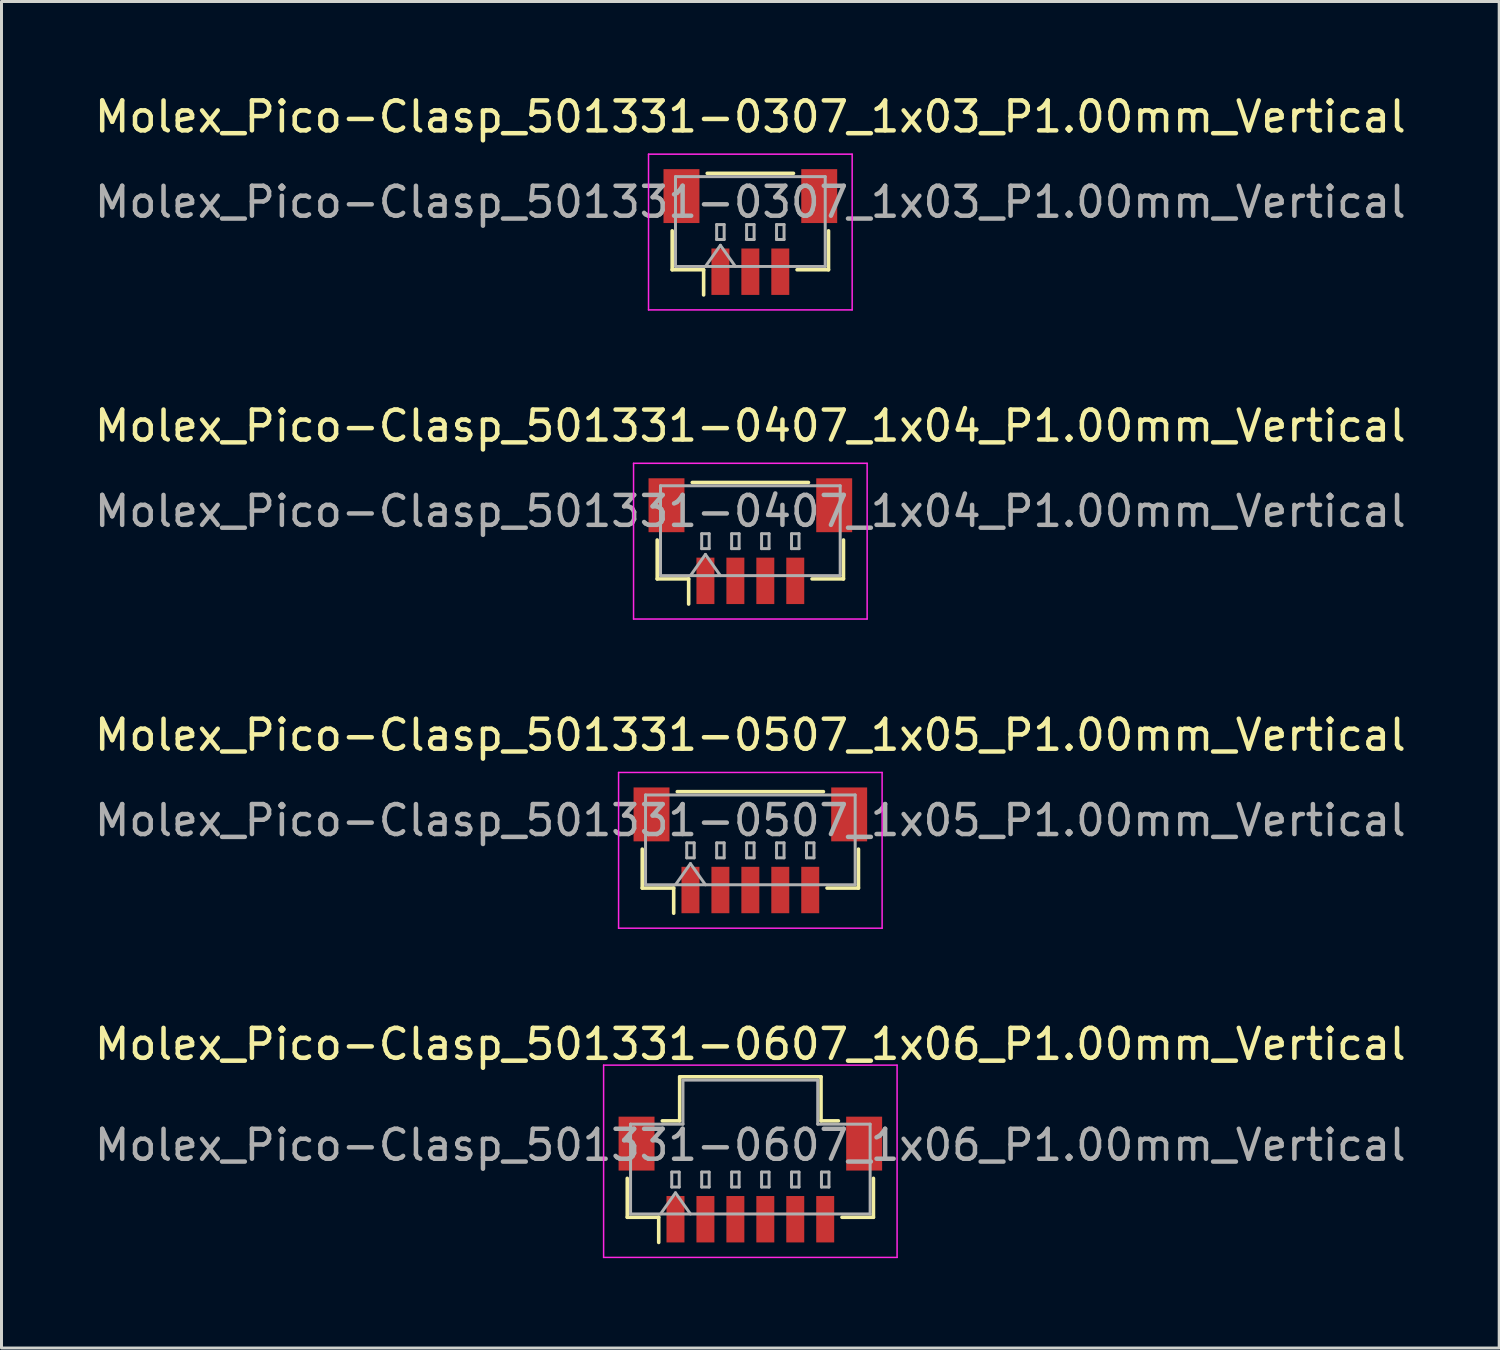
<source format=kicad_pcb>
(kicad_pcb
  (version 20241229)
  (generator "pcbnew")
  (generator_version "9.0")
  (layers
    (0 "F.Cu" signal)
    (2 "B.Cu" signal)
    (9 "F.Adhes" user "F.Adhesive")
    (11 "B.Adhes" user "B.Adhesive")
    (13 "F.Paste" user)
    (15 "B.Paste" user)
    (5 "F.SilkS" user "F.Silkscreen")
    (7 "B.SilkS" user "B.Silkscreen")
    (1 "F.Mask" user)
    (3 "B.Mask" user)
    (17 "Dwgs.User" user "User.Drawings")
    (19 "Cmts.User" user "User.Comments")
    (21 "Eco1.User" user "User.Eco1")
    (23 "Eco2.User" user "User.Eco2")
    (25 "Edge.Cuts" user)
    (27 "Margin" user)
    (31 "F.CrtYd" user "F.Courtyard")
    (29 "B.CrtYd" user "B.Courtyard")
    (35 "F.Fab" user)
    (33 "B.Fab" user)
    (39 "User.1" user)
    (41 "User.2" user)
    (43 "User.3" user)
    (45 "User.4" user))
  (footprint "Molex_Pico-Clasp_501331-0607_1x06_P1.00mm_Vertical"
    (layer "F.Cu")
    (at 22.006 36.338)
    (property "Reference" "Molex_Pico-Clasp_501331-0607_1x06_P1.00mm_Vertical" (at 0 -4.52 0) (layer "F.SilkS") (effects (font (size 1 1) (thickness 0.15))))
    (attr smd)
    (fp_line (start -4.11 -0.04) (end -4.11 1.26) (stroke (width 0.12) (type solid)) (layer "F.SilkS"))
    (fp_line (start -4.11 1.26) (end -3.06 1.26) (stroke (width 0.12) (type solid)) (layer "F.SilkS"))
    (fp_line (start -3.06 1.26) (end -3.06 2.1) (stroke (width 0.12) (type solid)) (layer "F.SilkS"))
    (fp_line (start -2.94 -1.96) (end -2.36 -1.96) (stroke (width 0.12) (type solid)) (layer "F.SilkS"))
    (fp_line (start -2.36 -3.43) (end 2.36 -3.43) (stroke (width 0.12) (type solid)) (layer "F.SilkS"))
    (fp_line (start -2.36 -1.96) (end -2.36 -3.43) (stroke (width 0.12) (type solid)) (layer "F.SilkS"))
    (fp_line (start 2.36 -3.43) (end 2.36 -1.96) (stroke (width 0.12) (type solid)) (layer "F.SilkS"))
    (fp_line (start 2.36 -1.96) (end 2.94 -1.96) (stroke (width 0.12) (type solid)) (layer "F.SilkS"))
    (fp_line (start 4.11 -0.04) (end 4.11 1.26) (stroke (width 0.12) (type solid)) (layer "F.SilkS"))
    (fp_line (start 4.11 1.26) (end 3.06 1.26) (stroke (width 0.12) (type solid)) (layer "F.SilkS"))
    (fp_line (start -4.9 -3.82) (end -4.9 2.6) (stroke (width 0.05) (type solid)) (layer "F.CrtYd"))
    (fp_line (start -4.9 2.6) (end 4.9 2.6) (stroke (width 0.05) (type solid)) (layer "F.CrtYd"))
    (fp_line (start 4.9 -3.82) (end -4.9 -3.82) (stroke (width 0.05) (type solid)) (layer "F.CrtYd"))
    (fp_line (start 4.9 2.6) (end 4.9 -3.82) (stroke (width 0.05) (type solid)) (layer "F.CrtYd"))
    (fp_line (start -4 -1.85) (end -2.25 -1.85) (stroke (width 0.1) (type solid)) (layer "F.Fab"))
    (fp_line (start -4 1.15) (end -4 -1.85) (stroke (width 0.1) (type solid)) (layer "F.Fab"))
    (fp_line (start -4 1.15) (end 4 1.15) (stroke (width 0.1) (type solid)) (layer "F.Fab"))
    (fp_line (start -3 1.15) (end -2.5 0.443) (stroke (width 0.1) (type solid)) (layer "F.Fab"))
    (fp_line (start -2.625 -0.25) (end -2.625 0.25) (stroke (width 0.1) (type solid)) (layer "F.Fab"))
    (fp_line (start -2.625 0.25) (end -2.375 0.25) (stroke (width 0.1) (type solid)) (layer "F.Fab"))
    (fp_line (start -2.5 0.443) (end -2 1.15) (stroke (width 0.1) (type solid)) (layer "F.Fab"))
    (fp_line (start -2.375 -0.25) (end -2.625 -0.25) (stroke (width 0.1) (type solid)) (layer "F.Fab"))
    (fp_line (start -2.375 0.25) (end -2.375 -0.25) (stroke (width 0.1) (type solid)) (layer "F.Fab"))
    (fp_line (start -2.25 -3.32) (end 2.25 -3.32) (stroke (width 0.1) (type solid)) (layer "F.Fab"))
    (fp_line (start -2.25 -1.85) (end -2.25 -3.32) (stroke (width 0.1) (type solid)) (layer "F.Fab"))
    (fp_line (start -1.625 -0.25) (end -1.625 0.25) (stroke (width 0.1) (type solid)) (layer "F.Fab"))
    (fp_line (start -1.625 0.25) (end -1.375 0.25) (stroke (width 0.1) (type solid)) (layer "F.Fab"))
    (fp_line (start -1.375 -0.25) (end -1.625 -0.25) (stroke (width 0.1) (type solid)) (layer "F.Fab"))
    (fp_line (start -1.375 0.25) (end -1.375 -0.25) (stroke (width 0.1) (type solid)) (layer "F.Fab"))
    (fp_line (start -0.625 -0.25) (end -0.625 0.25) (stroke (width 0.1) (type solid)) (layer "F.Fab"))
    (fp_line (start -0.625 0.25) (end -0.375 0.25) (stroke (width 0.1) (type solid)) (layer "F.Fab"))
    (fp_line (start -0.375 -0.25) (end -0.625 -0.25) (stroke (width 0.1) (type solid)) (layer "F.Fab"))
    (fp_line (start -0.375 0.25) (end -0.375 -0.25) (stroke (width 0.1) (type solid)) (layer "F.Fab"))
    (fp_line (start 0.375 -0.25) (end 0.375 0.25) (stroke (width 0.1) (type solid)) (layer "F.Fab"))
    (fp_line (start 0.375 0.25) (end 0.625 0.25) (stroke (width 0.1) (type solid)) (layer "F.Fab"))
    (fp_line (start 0.625 -0.25) (end 0.375 -0.25) (stroke (width 0.1) (type solid)) (layer "F.Fab"))
    (fp_line (start 0.625 0.25) (end 0.625 -0.25) (stroke (width 0.1) (type solid)) (layer "F.Fab"))
    (fp_line (start 1.375 -0.25) (end 1.375 0.25) (stroke (width 0.1) (type solid)) (layer "F.Fab"))
    (fp_line (start 1.375 0.25) (end 1.625 0.25) (stroke (width 0.1) (type solid)) (layer "F.Fab"))
    (fp_line (start 1.625 -0.25) (end 1.375 -0.25) (stroke (width 0.1) (type solid)) (layer "F.Fab"))
    (fp_line (start 1.625 0.25) (end 1.625 -0.25) (stroke (width 0.1) (type solid)) (layer "F.Fab"))
    (fp_line (start 2.25 -3.32) (end 2.25 -1.85) (stroke (width 0.1) (type solid)) (layer "F.Fab"))
    (fp_line (start 2.25 -1.85) (end 4 -1.85) (stroke (width 0.1) (type solid)) (layer "F.Fab"))
    (fp_line (start 2.375 -0.25) (end 2.375 0.25) (stroke (width 0.1) (type solid)) (layer "F.Fab"))
    (fp_line (start 2.375 0.25) (end 2.625 0.25) (stroke (width 0.1) (type solid)) (layer "F.Fab"))
    (fp_line (start 2.625 -0.25) (end 2.375 -0.25) (stroke (width 0.1) (type solid)) (layer "F.Fab"))
    (fp_line (start 2.625 0.25) (end 2.625 -0.25) (stroke (width 0.1) (type solid)) (layer "F.Fab"))
    (fp_line (start 4 1.15) (end 4 -1.85) (stroke (width 0.1) (type solid)) (layer "F.Fab"))
    (fp_text user "${REFERENCE}" (at 0 -1.15 0) (layer "F.Fab") (effects (font (size 1 1) (thickness 0.15))))
    (pad "" smd rect (at -3.8 -1.2) (size 1.2 1.8) (layers "F.Cu" "F.Mask" "F.Paste"))
    (pad "" smd rect (at 3.8 -1.2) (size 1.2 1.8) (layers "F.Cu" "F.Mask" "F.Paste"))
    (pad "1" smd rect (at -2.5 1.325) (size 0.6 1.55) (layers "F.Cu" "F.Mask" "F.Paste"))
    (pad "2" smd rect (at -1.5 1.325) (size 0.6 1.55) (layers "F.Cu" "F.Mask" "F.Paste"))
    (pad "3" smd rect (at -0.5 1.325) (size 0.6 1.55) (layers "F.Cu" "F.Mask" "F.Paste"))
    (pad "4" smd rect (at 0.5 1.325) (size 0.6 1.55) (layers "F.Cu" "F.Mask" "F.Paste"))
    (pad "5" smd rect (at 1.5 1.325) (size 0.6 1.55) (layers "F.Cu" "F.Mask" "F.Paste"))
    (pad "6" smd rect (at 2.5 1.325) (size 0.6 1.55) (layers "F.Cu" "F.Mask" "F.Paste")))
  (footprint "Molex_Pico-Clasp_501331-0407_1x04_P1.00mm_Vertical"
    (layer "F.Cu")
    (at 22.006 15.021)
    (property "Reference" "Molex_Pico-Clasp_501331-0407_1x04_P1.00mm_Vertical" (at 0 -3.85 0) (layer "F.SilkS") (effects (font (size 1 1) (thickness 0.15))))
    (attr smd)
    (fp_line (start -3.11 -0.04) (end -3.11 1.26) (stroke (width 0.12) (type solid)) (layer "F.SilkS"))
    (fp_line (start -3.11 1.26) (end -2.06 1.26) (stroke (width 0.12) (type solid)) (layer "F.SilkS"))
    (fp_line (start -2.06 1.26) (end -2.06 2.1) (stroke (width 0.12) (type solid)) (layer "F.SilkS"))
    (fp_line (start -1.94 -1.96) (end 1.94 -1.96) (stroke (width 0.12) (type solid)) (layer "F.SilkS"))
    (fp_line (start 3.11 -0.04) (end 3.11 1.26) (stroke (width 0.12) (type solid)) (layer "F.SilkS"))
    (fp_line (start 3.11 1.26) (end 2.06 1.26) (stroke (width 0.12) (type solid)) (layer "F.SilkS"))
    (fp_line (start -3.9 -2.6) (end -3.9 2.6) (stroke (width 0.05) (type solid)) (layer "F.CrtYd"))
    (fp_line (start -3.9 2.6) (end 3.9 2.6) (stroke (width 0.05) (type solid)) (layer "F.CrtYd"))
    (fp_line (start 3.9 -2.6) (end -3.9 -2.6) (stroke (width 0.05) (type solid)) (layer "F.CrtYd"))
    (fp_line (start 3.9 2.6) (end 3.9 -2.6) (stroke (width 0.05) (type solid)) (layer "F.CrtYd"))
    (fp_line (start -3 -1.85) (end 3 -1.85) (stroke (width 0.1) (type solid)) (layer "F.Fab"))
    (fp_line (start -3 1.15) (end -3 -1.85) (stroke (width 0.1) (type solid)) (layer "F.Fab"))
    (fp_line (start -3 1.15) (end 3 1.15) (stroke (width 0.1) (type solid)) (layer "F.Fab"))
    (fp_line (start -2 1.15) (end -1.5 0.443) (stroke (width 0.1) (type solid)) (layer "F.Fab"))
    (fp_line (start -1.625 -0.25) (end -1.625 0.25) (stroke (width 0.1) (type solid)) (layer "F.Fab"))
    (fp_line (start -1.625 0.25) (end -1.375 0.25) (stroke (width 0.1) (type solid)) (layer "F.Fab"))
    (fp_line (start -1.5 0.443) (end -1 1.15) (stroke (width 0.1) (type solid)) (layer "F.Fab"))
    (fp_line (start -1.375 -0.25) (end -1.625 -0.25) (stroke (width 0.1) (type solid)) (layer "F.Fab"))
    (fp_line (start -1.375 0.25) (end -1.375 -0.25) (stroke (width 0.1) (type solid)) (layer "F.Fab"))
    (fp_line (start -0.625 -0.25) (end -0.625 0.25) (stroke (width 0.1) (type solid)) (layer "F.Fab"))
    (fp_line (start -0.625 0.25) (end -0.375 0.25) (stroke (width 0.1) (type solid)) (layer "F.Fab"))
    (fp_line (start -0.375 -0.25) (end -0.625 -0.25) (stroke (width 0.1) (type solid)) (layer "F.Fab"))
    (fp_line (start -0.375 0.25) (end -0.375 -0.25) (stroke (width 0.1) (type solid)) (layer "F.Fab"))
    (fp_line (start 0.375 -0.25) (end 0.375 0.25) (stroke (width 0.1) (type solid)) (layer "F.Fab"))
    (fp_line (start 0.375 0.25) (end 0.625 0.25) (stroke (width 0.1) (type solid)) (layer "F.Fab"))
    (fp_line (start 0.625 -0.25) (end 0.375 -0.25) (stroke (width 0.1) (type solid)) (layer "F.Fab"))
    (fp_line (start 0.625 0.25) (end 0.625 -0.25) (stroke (width 0.1) (type solid)) (layer "F.Fab"))
    (fp_line (start 1.375 -0.25) (end 1.375 0.25) (stroke (width 0.1) (type solid)) (layer "F.Fab"))
    (fp_line (start 1.375 0.25) (end 1.625 0.25) (stroke (width 0.1) (type solid)) (layer "F.Fab"))
    (fp_line (start 1.625 -0.25) (end 1.375 -0.25) (stroke (width 0.1) (type solid)) (layer "F.Fab"))
    (fp_line (start 1.625 0.25) (end 1.625 -0.25) (stroke (width 0.1) (type solid)) (layer "F.Fab"))
    (fp_line (start 3 1.15) (end 3 -1.85) (stroke (width 0.1) (type solid)) (layer "F.Fab"))
    (fp_text user "${REFERENCE}" (at 0 -1 0) (layer "F.Fab") (effects (font (size 1 1) (thickness 0.15))))
    (pad "" smd rect (at -2.8 -1.2) (size 1.2 1.8) (layers "F.Cu" "F.Mask" "F.Paste"))
    (pad "" smd rect (at 2.8 -1.2) (size 1.2 1.8) (layers "F.Cu" "F.Mask" "F.Paste"))
    (pad "1" smd rect (at -1.5 1.325) (size 0.6 1.55) (layers "F.Cu" "F.Mask" "F.Paste"))
    (pad "2" smd rect (at -0.5 1.325) (size 0.6 1.55) (layers "F.Cu" "F.Mask" "F.Paste"))
    (pad "3" smd rect (at 0.5 1.325) (size 0.6 1.55) (layers "F.Cu" "F.Mask" "F.Paste"))
    (pad "4" smd rect (at 1.5 1.325) (size 0.6 1.55) (layers "F.Cu" "F.Mask" "F.Paste")))
  (footprint "Molex_Pico-Clasp_501331-0507_1x05_P1.00mm_Vertical"
    (layer "F.Cu")
    (at 22.006 25.345)
    (property "Reference" "Molex_Pico-Clasp_501331-0507_1x05_P1.00mm_Vertical" (at 0 -3.85 0) (layer "F.SilkS") (effects (font (size 1 1) (thickness 0.15))))
    (attr smd)
    (fp_line (start -3.61 -0.04) (end -3.61 1.26) (stroke (width 0.12) (type solid)) (layer "F.SilkS"))
    (fp_line (start -3.61 1.26) (end -2.56 1.26) (stroke (width 0.12) (type solid)) (layer "F.SilkS"))
    (fp_line (start -2.56 1.26) (end -2.56 2.1) (stroke (width 0.12) (type solid)) (layer "F.SilkS"))
    (fp_line (start -2.44 -1.96) (end 2.44 -1.96) (stroke (width 0.12) (type solid)) (layer "F.SilkS"))
    (fp_line (start 3.61 -0.04) (end 3.61 1.26) (stroke (width 0.12) (type solid)) (layer "F.SilkS"))
    (fp_line (start 3.61 1.26) (end 2.56 1.26) (stroke (width 0.12) (type solid)) (layer "F.SilkS"))
    (fp_line (start -4.4 -2.6) (end -4.4 2.6) (stroke (width 0.05) (type solid)) (layer "F.CrtYd"))
    (fp_line (start -4.4 2.6) (end 4.4 2.6) (stroke (width 0.05) (type solid)) (layer "F.CrtYd"))
    (fp_line (start 4.4 -2.6) (end -4.4 -2.6) (stroke (width 0.05) (type solid)) (layer "F.CrtYd"))
    (fp_line (start 4.4 2.6) (end 4.4 -2.6) (stroke (width 0.05) (type solid)) (layer "F.CrtYd"))
    (fp_line (start -3.5 -1.85) (end 3.5 -1.85) (stroke (width 0.1) (type solid)) (layer "F.Fab"))
    (fp_line (start -3.5 1.15) (end -3.5 -1.85) (stroke (width 0.1) (type solid)) (layer "F.Fab"))
    (fp_line (start -3.5 1.15) (end 3.5 1.15) (stroke (width 0.1) (type solid)) (layer "F.Fab"))
    (fp_line (start -2.5 1.15) (end -2 0.443) (stroke (width 0.1) (type solid)) (layer "F.Fab"))
    (fp_line (start -2.125 -0.25) (end -2.125 0.25) (stroke (width 0.1) (type solid)) (layer "F.Fab"))
    (fp_line (start -2.125 0.25) (end -1.875 0.25) (stroke (width 0.1) (type solid)) (layer "F.Fab"))
    (fp_line (start -2 0.443) (end -1.5 1.15) (stroke (width 0.1) (type solid)) (layer "F.Fab"))
    (fp_line (start -1.875 -0.25) (end -2.125 -0.25) (stroke (width 0.1) (type solid)) (layer "F.Fab"))
    (fp_line (start -1.875 0.25) (end -1.875 -0.25) (stroke (width 0.1) (type solid)) (layer "F.Fab"))
    (fp_line (start -1.125 -0.25) (end -1.125 0.25) (stroke (width 0.1) (type solid)) (layer "F.Fab"))
    (fp_line (start -1.125 0.25) (end -0.875 0.25) (stroke (width 0.1) (type solid)) (layer "F.Fab"))
    (fp_line (start -0.875 -0.25) (end -1.125 -0.25) (stroke (width 0.1) (type solid)) (layer "F.Fab"))
    (fp_line (start -0.875 0.25) (end -0.875 -0.25) (stroke (width 0.1) (type solid)) (layer "F.Fab"))
    (fp_line (start -0.125 -0.25) (end -0.125 0.25) (stroke (width 0.1) (type solid)) (layer "F.Fab"))
    (fp_line (start -0.125 0.25) (end 0.125 0.25) (stroke (width 0.1) (type solid)) (layer "F.Fab"))
    (fp_line (start 0.125 -0.25) (end -0.125 -0.25) (stroke (width 0.1) (type solid)) (layer "F.Fab"))
    (fp_line (start 0.125 0.25) (end 0.125 -0.25) (stroke (width 0.1) (type solid)) (layer "F.Fab"))
    (fp_line (start 0.875 -0.25) (end 0.875 0.25) (stroke (width 0.1) (type solid)) (layer "F.Fab"))
    (fp_line (start 0.875 0.25) (end 1.125 0.25) (stroke (width 0.1) (type solid)) (layer "F.Fab"))
    (fp_line (start 1.125 -0.25) (end 0.875 -0.25) (stroke (width 0.1) (type solid)) (layer "F.Fab"))
    (fp_line (start 1.125 0.25) (end 1.125 -0.25) (stroke (width 0.1) (type solid)) (layer "F.Fab"))
    (fp_line (start 1.875 -0.25) (end 1.875 0.25) (stroke (width 0.1) (type solid)) (layer "F.Fab"))
    (fp_line (start 1.875 0.25) (end 2.125 0.25) (stroke (width 0.1) (type solid)) (layer "F.Fab"))
    (fp_line (start 2.125 -0.25) (end 1.875 -0.25) (stroke (width 0.1) (type solid)) (layer "F.Fab"))
    (fp_line (start 2.125 0.25) (end 2.125 -0.25) (stroke (width 0.1) (type solid)) (layer "F.Fab"))
    (fp_line (start 3.5 1.15) (end 3.5 -1.85) (stroke (width 0.1) (type solid)) (layer "F.Fab"))
    (fp_text user "${REFERENCE}" (at 0 -1 0) (layer "F.Fab") (effects (font (size 1 1) (thickness 0.15))))
    (pad "" smd rect (at -3.3 -1.2) (size 1.2 1.8) (layers "F.Cu" "F.Mask" "F.Paste"))
    (pad "" smd rect (at 3.3 -1.2) (size 1.2 1.8) (layers "F.Cu" "F.Mask" "F.Paste"))
    (pad "1" smd rect (at -2 1.325) (size 0.6 1.55) (layers "F.Cu" "F.Mask" "F.Paste"))
    (pad "2" smd rect (at -1 1.325) (size 0.6 1.55) (layers "F.Cu" "F.Mask" "F.Paste"))
    (pad "3" smd rect (at 0 1.325) (size 0.6 1.55) (layers "F.Cu" "F.Mask" "F.Paste"))
    (pad "4" smd rect (at 1 1.325) (size 0.6 1.55) (layers "F.Cu" "F.Mask" "F.Paste"))
    (pad "5" smd rect (at 2 1.325) (size 0.6 1.55) (layers "F.Cu" "F.Mask" "F.Paste")))
  (footprint "Molex_Pico-Clasp_501331-0307_1x03_P1.00mm_Vertical"
    (layer "F.Cu")
    (at 22.006 4.698)
    (property "Reference" "Molex_Pico-Clasp_501331-0307_1x03_P1.00mm_Vertical" (at 0 -3.85 0) (layer "F.SilkS") (effects (font (size 1 1) (thickness 0.15))))
    (attr smd)
    (fp_line (start -2.61 -0.04) (end -2.61 1.26) (stroke (width 0.12) (type solid)) (layer "F.SilkS"))
    (fp_line (start -2.61 1.26) (end -1.56 1.26) (stroke (width 0.12) (type solid)) (layer "F.SilkS"))
    (fp_line (start -1.56 1.26) (end -1.56 2.1) (stroke (width 0.12) (type solid)) (layer "F.SilkS"))
    (fp_line (start -1.44 -1.96) (end 1.44 -1.96) (stroke (width 0.12) (type solid)) (layer "F.SilkS"))
    (fp_line (start 2.61 -0.04) (end 2.61 1.26) (stroke (width 0.12) (type solid)) (layer "F.SilkS"))
    (fp_line (start 2.61 1.26) (end 1.56 1.26) (stroke (width 0.12) (type solid)) (layer "F.SilkS"))
    (fp_line (start -3.4 -2.6) (end -3.4 2.6) (stroke (width 0.05) (type solid)) (layer "F.CrtYd"))
    (fp_line (start -3.4 2.6) (end 3.4 2.6) (stroke (width 0.05) (type solid)) (layer "F.CrtYd"))
    (fp_line (start 3.4 -2.6) (end -3.4 -2.6) (stroke (width 0.05) (type solid)) (layer "F.CrtYd"))
    (fp_line (start 3.4 2.6) (end 3.4 -2.6) (stroke (width 0.05) (type solid)) (layer "F.CrtYd"))
    (fp_line (start -2.5 -1.85) (end 2.5 -1.85) (stroke (width 0.1) (type solid)) (layer "F.Fab"))
    (fp_line (start -2.5 1.15) (end -2.5 -1.85) (stroke (width 0.1) (type solid)) (layer "F.Fab"))
    (fp_line (start -2.5 1.15) (end 2.5 1.15) (stroke (width 0.1) (type solid)) (layer "F.Fab"))
    (fp_line (start -1.5 1.15) (end -1 0.443) (stroke (width 0.1) (type solid)) (layer "F.Fab"))
    (fp_line (start -1.125 -0.25) (end -1.125 0.25) (stroke (width 0.1) (type solid)) (layer "F.Fab"))
    (fp_line (start -1.125 0.25) (end -0.875 0.25) (stroke (width 0.1) (type solid)) (layer "F.Fab"))
    (fp_line (start -1 0.443) (end -0.5 1.15) (stroke (width 0.1) (type solid)) (layer "F.Fab"))
    (fp_line (start -0.875 -0.25) (end -1.125 -0.25) (stroke (width 0.1) (type solid)) (layer "F.Fab"))
    (fp_line (start -0.875 0.25) (end -0.875 -0.25) (stroke (width 0.1) (type solid)) (layer "F.Fab"))
    (fp_line (start -0.125 -0.25) (end -0.125 0.25) (stroke (width 0.1) (type solid)) (layer "F.Fab"))
    (fp_line (start -0.125 0.25) (end 0.125 0.25) (stroke (width 0.1) (type solid)) (layer "F.Fab"))
    (fp_line (start 0.125 -0.25) (end -0.125 -0.25) (stroke (width 0.1) (type solid)) (layer "F.Fab"))
    (fp_line (start 0.125 0.25) (end 0.125 -0.25) (stroke (width 0.1) (type solid)) (layer "F.Fab"))
    (fp_line (start 0.875 -0.25) (end 0.875 0.25) (stroke (width 0.1) (type solid)) (layer "F.Fab"))
    (fp_line (start 0.875 0.25) (end 1.125 0.25) (stroke (width 0.1) (type solid)) (layer "F.Fab"))
    (fp_line (start 1.125 -0.25) (end 0.875 -0.25) (stroke (width 0.1) (type solid)) (layer "F.Fab"))
    (fp_line (start 1.125 0.25) (end 1.125 -0.25) (stroke (width 0.1) (type solid)) (layer "F.Fab"))
    (fp_line (start 2.5 1.15) (end 2.5 -1.85) (stroke (width 0.1) (type solid)) (layer "F.Fab"))
    (fp_text user "${REFERENCE}" (at 0 -1 0) (layer "F.Fab") (effects (font (size 1 1) (thickness 0.15))))
    (pad "" smd rect (at -2.3 -1.2) (size 1.2 1.8) (layers "F.Cu" "F.Mask" "F.Paste"))
    (pad "" smd rect (at 2.3 -1.2) (size 1.2 1.8) (layers "F.Cu" "F.Mask" "F.Paste"))
    (pad "1" smd rect (at -1 1.325) (size 0.6 1.55) (layers "F.Cu" "F.Mask" "F.Paste"))
    (pad "2" smd rect (at 0 1.325) (size 0.6 1.55) (layers "F.Cu" "F.Mask" "F.Paste"))
    (pad "3" smd rect (at 1 1.325) (size 0.6 1.55) (layers "F.Cu" "F.Mask" "F.Paste")))
  (gr_rect
    (start -3 -3)
    (end 47.012 41.963)
    (stroke (width 0.1) (type default))
    (fill no)
    (layer "Edge.Cuts")))
</source>
